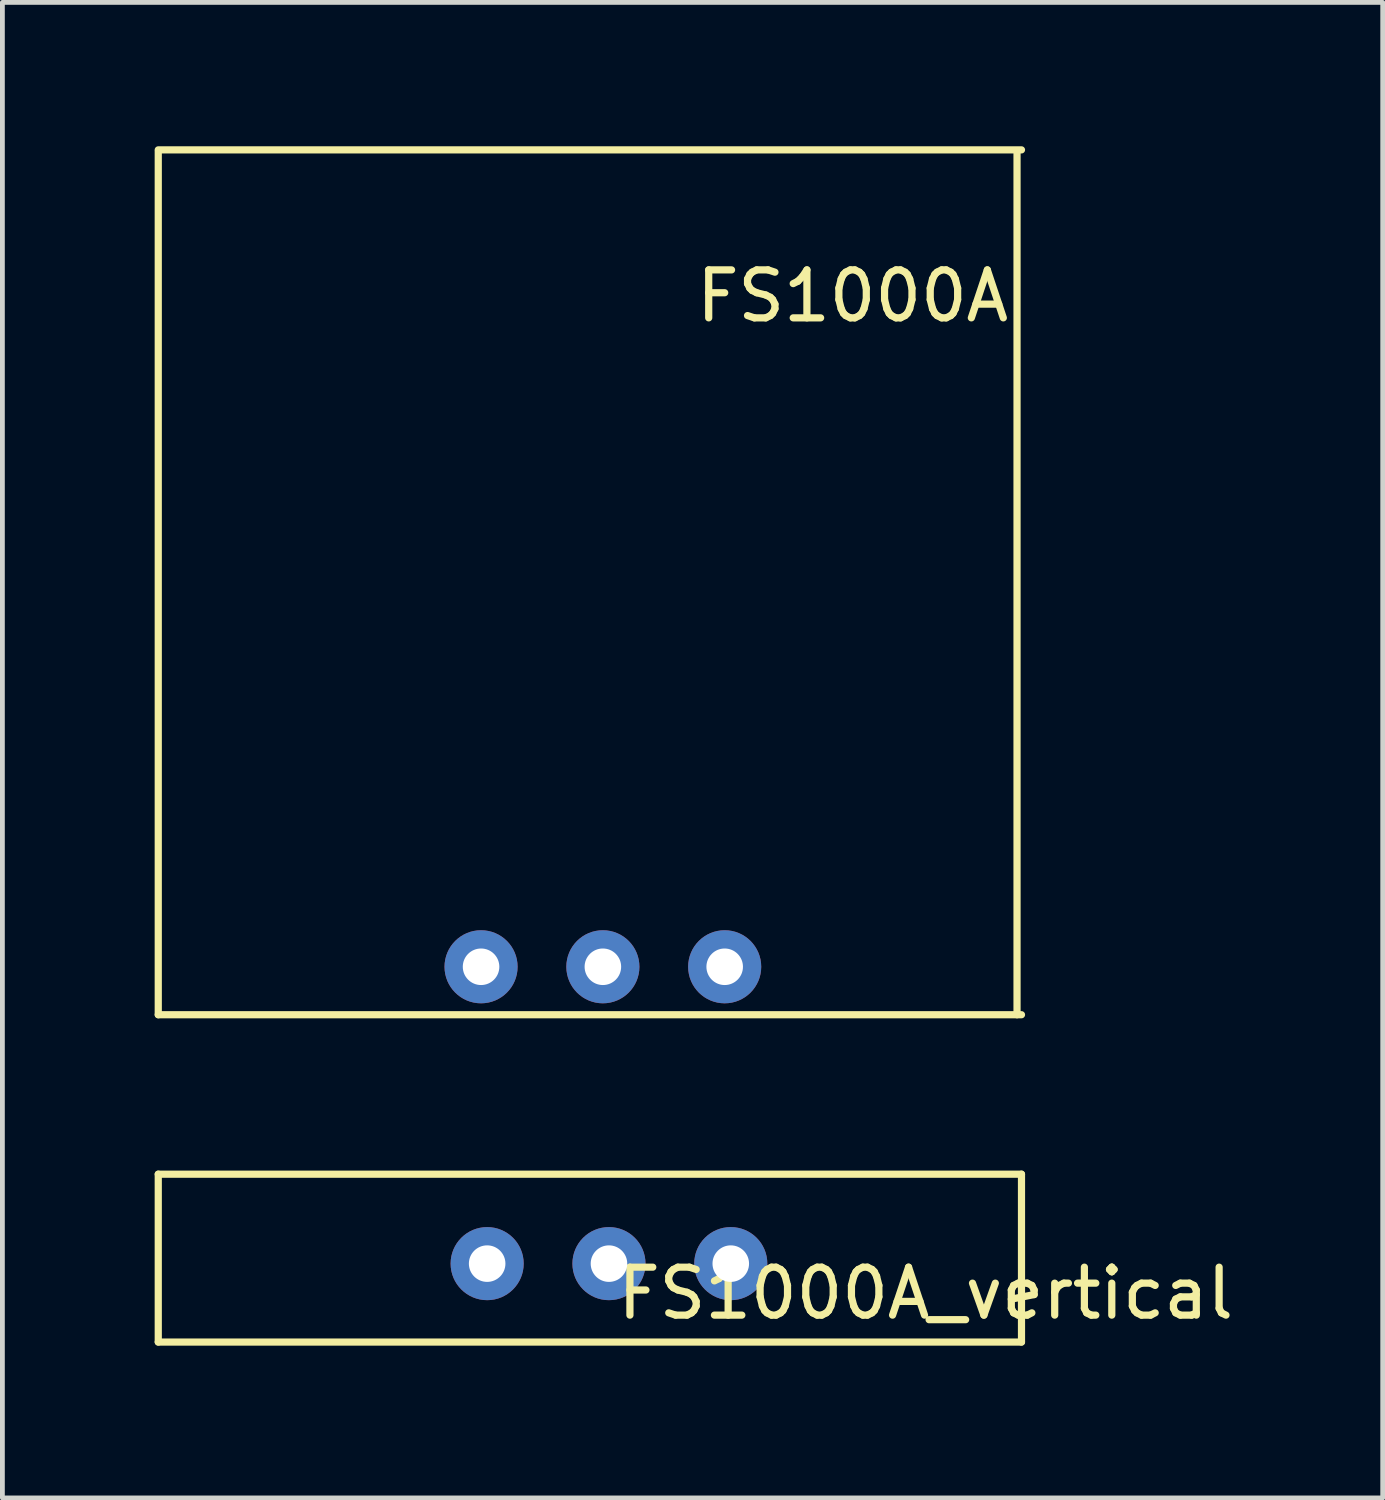
<source format=kicad_pcb>
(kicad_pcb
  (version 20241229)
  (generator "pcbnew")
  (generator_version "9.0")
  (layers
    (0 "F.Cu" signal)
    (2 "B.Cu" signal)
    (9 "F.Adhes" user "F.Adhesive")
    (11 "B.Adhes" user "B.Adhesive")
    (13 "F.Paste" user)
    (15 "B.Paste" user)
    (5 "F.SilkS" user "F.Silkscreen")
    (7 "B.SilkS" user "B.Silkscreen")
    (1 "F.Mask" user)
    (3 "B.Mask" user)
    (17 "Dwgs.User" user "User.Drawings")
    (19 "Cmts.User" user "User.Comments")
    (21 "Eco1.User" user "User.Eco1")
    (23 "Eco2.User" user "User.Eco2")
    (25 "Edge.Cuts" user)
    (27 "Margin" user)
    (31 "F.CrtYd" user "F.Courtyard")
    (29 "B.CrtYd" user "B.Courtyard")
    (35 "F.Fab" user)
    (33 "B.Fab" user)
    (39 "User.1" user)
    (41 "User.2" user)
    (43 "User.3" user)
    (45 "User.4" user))
  (footprint "FS1000A"
    (layer "F.Cu")
    (at 0.25 18.109)
    (property "Reference" "FS1000A" (at 14.478 -14.986 0) (layer "F.SilkS") (effects (font (size 1 1) (thickness 0.15))))
    (attr through_hole)
    (fp_line (start 0 0) (end 0 -18) (stroke (width 0.15) (type solid)) (layer "F.SilkS"))
    (fp_line (start 0 0) (end 18 0) (stroke (width 0.15) (type solid)) (layer "F.SilkS"))
    (fp_line (start 17.907 0) (end 17.907 -18) (stroke (width 0.15) (type solid)) (layer "F.SilkS"))
    (fp_line (start 18 -18.034) (end 0 -18.034) (stroke (width 0.15) (type solid)) (layer "F.SilkS"))
    (pad "1" thru_hole circle (at 6.731 -1) (size 1.524 1.524) (drill 0.762) (layers "*.Cu" "*.Mask"))
    (pad "2" thru_hole circle (at 9.271 -1) (size 1.524 1.524) (drill 0.762) (layers "*.Cu" "*.Mask"))
    (pad "3" thru_hole circle (at 11.811 -1) (size 1.524 1.524) (drill 0.762) (layers "*.Cu" "*.Mask")))
  (footprint "FS1000A_vertical"
    (layer "F.Cu")
    (at 0.25 24.934)
    (property "Reference" "FS1000A_vertical" (at 16.002 -1.016 0) (layer "F.SilkS") (effects (font (size 1 1) (thickness 0.15))))
    (attr through_hole)
    (fp_line (start 0 -3.5) (end 18 -3.5) (stroke (width 0.15) (type solid)) (layer "F.SilkS"))
    (fp_line (start 0 0) (end 0 -3.5) (stroke (width 0.15) (type solid)) (layer "F.SilkS"))
    (fp_line (start 0 0) (end 18 0) (stroke (width 0.15) (type solid)) (layer "F.SilkS"))
    (fp_line (start 18 -3.5) (end 18 0) (stroke (width 0.15) (type solid)) (layer "F.SilkS"))
    (pad "1" thru_hole circle (at 6.858 -1.635) (size 1.524 1.524) (drill 0.762) (layers "*.Cu" "*.Mask"))
    (pad "2" thru_hole circle (at 9.398 -1.635) (size 1.524 1.524) (drill 0.762) (layers "*.Cu" "*.Mask"))
    (pad "3" thru_hole circle (at 11.938 -1.635) (size 1.524 1.524) (drill 0.762) (layers "*.Cu" "*.Mask")))
  (gr_rect
    (start -3 -3)
    (end 25.782 28.184)
    (stroke (width 0.1) (type default))
    (fill no)
    (layer "Edge.Cuts")))
</source>
